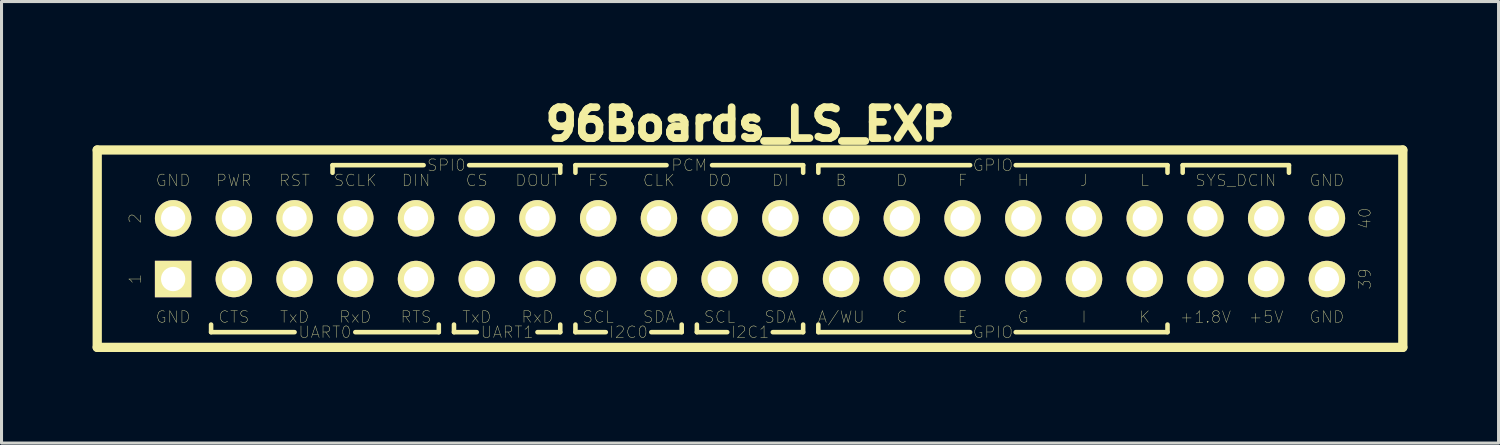
<source format=kicad_pcb>
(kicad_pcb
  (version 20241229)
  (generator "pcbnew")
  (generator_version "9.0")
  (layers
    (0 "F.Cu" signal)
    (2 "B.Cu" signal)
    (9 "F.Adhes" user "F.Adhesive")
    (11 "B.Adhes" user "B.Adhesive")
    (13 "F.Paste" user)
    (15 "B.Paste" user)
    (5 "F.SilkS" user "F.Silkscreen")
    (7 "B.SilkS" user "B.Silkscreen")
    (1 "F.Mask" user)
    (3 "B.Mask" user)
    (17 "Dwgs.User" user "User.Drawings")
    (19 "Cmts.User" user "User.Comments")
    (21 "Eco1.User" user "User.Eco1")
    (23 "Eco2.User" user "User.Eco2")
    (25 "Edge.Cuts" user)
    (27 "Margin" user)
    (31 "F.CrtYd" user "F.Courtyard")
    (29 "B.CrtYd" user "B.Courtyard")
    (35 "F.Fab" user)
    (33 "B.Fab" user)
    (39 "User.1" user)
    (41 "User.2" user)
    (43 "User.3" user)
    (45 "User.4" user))
  (footprint "96Boards_LS_EXP"
    (layer "F.Cu")
    (at 21.652 5.14)
    (property "Reference" "96Boards_LS_EXP" (at 0 -4.1 0) (layer "F.SilkS") (effects (font (size 1.016 1.016) (thickness 0.254))))
    (attr through_hole)
    (fp_line (start -21.5 -3.25) (end -21.5 3.25) (stroke (width 0.305) (type solid)) (layer "F.SilkS"))
    (fp_line (start -21.5 -3.25) (end 21.5 -3.25) (stroke (width 0.305) (type solid)) (layer "F.SilkS"))
    (fp_line (start -17.75 2.75) (end -17.75 2.5) (stroke (width 0.15) (type solid)) (layer "F.SilkS"))
    (fp_line (start -15 2.75) (end -17.75 2.75) (stroke (width 0.15) (type solid)) (layer "F.SilkS"))
    (fp_line (start -13.75 -2.75) (end -13.75 -2.5) (stroke (width 0.15) (type solid)) (layer "F.SilkS"))
    (fp_line (start -13 2.75) (end -10.25 2.75) (stroke (width 0.15) (type solid)) (layer "F.SilkS"))
    (fp_line (start -10.75 -2.75) (end -13.75 -2.75) (stroke (width 0.15) (type solid)) (layer "F.SilkS"))
    (fp_line (start -10.25 2.75) (end -10.25 2.5) (stroke (width 0.15) (type solid)) (layer "F.SilkS"))
    (fp_line (start -9.75 2.75) (end -9.75 2.5) (stroke (width 0.15) (type solid)) (layer "F.SilkS"))
    (fp_line (start -9.75 2.75) (end -9 2.75) (stroke (width 0.15) (type solid)) (layer "F.SilkS"))
    (fp_line (start -9.25 -2.75) (end -6.25 -2.75) (stroke (width 0.15) (type solid)) (layer "F.SilkS"))
    (fp_line (start -6.25 -2.75) (end -6.25 -2.5) (stroke (width 0.15) (type solid)) (layer "F.SilkS"))
    (fp_line (start -6.25 2.75) (end -7 2.75) (stroke (width 0.15) (type solid)) (layer "F.SilkS"))
    (fp_line (start -6.25 2.75) (end -6.25 2.5) (stroke (width 0.15) (type solid)) (layer "F.SilkS"))
    (fp_line (start -5.75 -2.75) (end -5.75 -2.5) (stroke (width 0.15) (type solid)) (layer "F.SilkS"))
    (fp_line (start -5.75 2.75) (end -5.75 2.5) (stroke (width 0.15) (type solid)) (layer "F.SilkS"))
    (fp_line (start -4.75 2.75) (end -5.75 2.75) (stroke (width 0.15) (type solid)) (layer "F.SilkS"))
    (fp_line (start -3.25 2.75) (end -2.25 2.75) (stroke (width 0.15) (type solid)) (layer "F.SilkS"))
    (fp_line (start -2.75 -2.75) (end -5.75 -2.75) (stroke (width 0.15) (type solid)) (layer "F.SilkS"))
    (fp_line (start -2.25 2.75) (end -2.25 2.5) (stroke (width 0.15) (type solid)) (layer "F.SilkS"))
    (fp_line (start -1.75 2.75) (end -1.75 2.5) (stroke (width 0.15) (type solid)) (layer "F.SilkS"))
    (fp_line (start -1.25 -2.75) (end 1.75 -2.75) (stroke (width 0.15) (type solid)) (layer "F.SilkS"))
    (fp_line (start -0.75 2.75) (end -1.75 2.75) (stroke (width 0.15) (type solid)) (layer "F.SilkS"))
    (fp_line (start 0.75 2.75) (end 1.75 2.75) (stroke (width 0.15) (type solid)) (layer "F.SilkS"))
    (fp_line (start 1.75 -2.75) (end 1.75 -2.5) (stroke (width 0.15) (type solid)) (layer "F.SilkS"))
    (fp_line (start 1.75 2.75) (end 1.75 2.5) (stroke (width 0.15) (type solid)) (layer "F.SilkS"))
    (fp_line (start 2.25 -2.5) (end 2.25 -2.75) (stroke (width 0.15) (type solid)) (layer "F.SilkS"))
    (fp_line (start 2.25 2.75) (end 2.25 2.5) (stroke (width 0.15) (type solid)) (layer "F.SilkS"))
    (fp_line (start 7.25 -2.75) (end 2.25 -2.75) (stroke (width 0.15) (type solid)) (layer "F.SilkS"))
    (fp_line (start 7.25 2.75) (end 2.25 2.75) (stroke (width 0.15) (type solid)) (layer "F.SilkS"))
    (fp_line (start 8.75 -2.75) (end 13.75 -2.75) (stroke (width 0.15) (type solid)) (layer "F.SilkS"))
    (fp_line (start 8.75 2.75) (end 13.75 2.75) (stroke (width 0.15) (type solid)) (layer "F.SilkS"))
    (fp_line (start 13.75 -2.5) (end 13.75 -2.75) (stroke (width 0.15) (type solid)) (layer "F.SilkS"))
    (fp_line (start 13.75 2.75) (end 13.75 2.5) (stroke (width 0.15) (type solid)) (layer "F.SilkS"))
    (fp_line (start 14.25 -2.75) (end 17.75 -2.75) (stroke (width 0.15) (type solid)) (layer "F.SilkS"))
    (fp_line (start 14.25 -2.5) (end 14.25 -2.75) (stroke (width 0.15) (type solid)) (layer "F.SilkS"))
    (fp_line (start 17.75 -2.75) (end 17.75 -2.5) (stroke (width 0.15) (type solid)) (layer "F.SilkS"))
    (fp_line (start 21.5 -3.25) (end 21.5 3.25) (stroke (width 0.305) (type solid)) (layer "F.SilkS"))
    (fp_line (start 21.5 3.25) (end -21.5 3.25) (stroke (width 0.305) (type solid)) (layer "F.SilkS"))
    (fp_text user "DI" (at 1 -2.25 0) (layer "F.SilkS") (effects (font (size 0.381 0.381) (thickness 0.013))))
    (fp_text user "L" (at 13 -2.25 0) (layer "F.SilkS") (effects (font (size 0.381 0.381) (thickness 0.013))))
    (fp_text user "CS" (at -9 -2.25 0) (layer "F.SilkS") (effects (font (size 0.381 0.381) (thickness 0.013))))
    (fp_text user "SCL" (at -5 2.25 0) (layer "F.SilkS") (effects (font (size 0.381 0.381) (thickness 0.013))))
    (fp_text user "I" (at 11 2.25 0) (layer "F.SilkS") (effects (font (size 0.381 0.381) (thickness 0.013))))
    (fp_text user "40" (at 20.25 -1 90) (layer "F.SilkS") (effects (font (size 0.381 0.381) (thickness 0.013))))
    (fp_text user "K" (at 13 2.25 0) (layer "F.SilkS") (effects (font (size 0.381 0.381) (thickness 0.013))))
    (fp_text user "RxD" (at -13 2.25 0) (layer "F.SilkS") (effects (font (size 0.381 0.381) (thickness 0.013))))
    (fp_text user "RTS" (at -11 2.25 0) (layer "F.SilkS") (effects (font (size 0.381 0.381) (thickness 0.013))))
    (fp_text user "E" (at 7 2.25 0) (layer "F.SilkS") (effects (font (size 0.381 0.381) (thickness 0.013))))
    (fp_text user "D" (at 5 -2.25 0) (layer "F.SilkS") (effects (font (size 0.381 0.381) (thickness 0.013))))
    (fp_text user "CTS" (at -17 2.25 0) (layer "F.SilkS") (effects (font (size 0.381 0.381) (thickness 0.013))))
    (fp_text user "RST" (at -15 -2.25 0) (layer "F.SilkS") (effects (font (size 0.381 0.381) (thickness 0.013))))
    (fp_text user "SPI0" (at -10 -2.75 0) (layer "F.SilkS") (effects (font (size 0.381 0.381) (thickness 0.013))))
    (fp_text user "FS" (at -5 -2.25 0) (layer "F.SilkS") (effects (font (size 0.381 0.381) (thickness 0.013))))
    (fp_text user "SCL" (at -1 2.25 0) (layer "F.SilkS") (effects (font (size 0.381 0.381) (thickness 0.013))))
    (fp_text user "F" (at 7 -2.25 0) (layer "F.SilkS") (effects (font (size 0.381 0.381) (thickness 0.013))))
    (fp_text user "GPIO" (at 8 -2.75 0) (layer "F.SilkS") (effects (font (size 0.381 0.381) (thickness 0.013))))
    (fp_text user "TxD" (at -9 2.25 0) (layer "F.SilkS") (effects (font (size 0.381 0.381) (thickness 0.013))))
    (fp_text user "C" (at 5 2.25 0) (layer "F.SilkS") (effects (font (size 0.381 0.381) (thickness 0.013))))
    (fp_text user "I2C0" (at -4 2.75 0) (layer "F.SilkS") (effects (font (size 0.381 0.381) (thickness 0.013))))
    (fp_text user "GND" (at -19 2.25 0) (layer "F.SilkS") (effects (font (size 0.381 0.381) (thickness 0.013))))
    (fp_text user "DIN" (at -11 -2.25 0) (layer "F.SilkS") (effects (font (size 0.381 0.381) (thickness 0.013))))
    (fp_text user "RxD" (at -7 2.25 0) (layer "F.SilkS") (effects (font (size 0.381 0.381) (thickness 0.013))))
    (fp_text user "UART0" (at -14 2.75 0) (layer "F.SilkS") (effects (font (size 0.381 0.381) (thickness 0.013))))
    (fp_text user "PCM" (at -2 -2.75 0) (layer "F.SilkS") (effects (font (size 0.381 0.381) (thickness 0.013))))
    (fp_text user "A/WU" (at 3 2.25 0) (layer "F.SilkS") (effects (font (size 0.381 0.381) (thickness 0.013))))
    (fp_text user "39" (at 20.25 1 90) (layer "F.SilkS") (effects (font (size 0.381 0.381) (thickness 0.013))))
    (fp_text user "GND" (at 19 2.25 0) (layer "F.SilkS") (effects (font (size 0.381 0.381) (thickness 0.013))))
    (fp_text user "GND" (at -19 -2.25 0) (layer "F.SilkS") (effects (font (size 0.381 0.381) (thickness 0.013))))
    (fp_text user "1" (at -20.25 1 90) (layer "F.SilkS") (effects (font (size 0.381 0.381) (thickness 0.013))))
    (fp_text user "SDA" (at -3 2.25 0) (layer "F.SilkS") (effects (font (size 0.381 0.381) (thickness 0.013))))
    (fp_text user "CLK" (at -3 -2.25 0) (layer "F.SilkS") (effects (font (size 0.381 0.381) (thickness 0.013))))
    (fp_text user "DO" (at -1 -2.25 0) (layer "F.SilkS") (effects (font (size 0.381 0.381) (thickness 0.013))))
    (fp_text user "TxD" (at -15 2.25 0) (layer "F.SilkS") (effects (font (size 0.381 0.381) (thickness 0.013))))
    (fp_text user "+1.8V" (at 15 2.25 0) (layer "F.SilkS") (effects (font (size 0.381 0.381) (thickness 0.013))))
    (fp_text user "B" (at 3 -2.25 0) (layer "F.SilkS") (effects (font (size 0.381 0.381) (thickness 0.013))))
    (fp_text user "G" (at 9 2.25 0) (layer "F.SilkS") (effects (font (size 0.381 0.381) (thickness 0.013))))
    (fp_text user "SCLK" (at -13 -2.25 0) (layer "F.SilkS") (effects (font (size 0.381 0.381) (thickness 0.013))))
    (fp_text user "PWR" (at -17 -2.25 0) (layer "F.SilkS") (effects (font (size 0.381 0.381) (thickness 0.013))))
    (fp_text user "DOUT" (at -7 -2.25 0) (layer "F.SilkS") (effects (font (size 0.381 0.381) (thickness 0.013))))
    (fp_text user "+5V" (at 17 2.25 0) (layer "F.SilkS") (effects (font (size 0.381 0.381) (thickness 0.013))))
    (fp_text user "2" (at -20.25 -1 90) (layer "F.SilkS") (effects (font (size 0.381 0.381) (thickness 0.013))))
    (fp_text user "SDA" (at 1 2.25 0) (layer "F.SilkS") (effects (font (size 0.381 0.381) (thickness 0.013))))
    (fp_text user "J" (at 11 -2.25 0) (layer "F.SilkS") (effects (font (size 0.381 0.381) (thickness 0.013))))
    (fp_text user "I2C1" (at 0 2.75 0) (layer "F.SilkS") (effects (font (size 0.381 0.381) (thickness 0.013))))
    (fp_text user "H" (at 9 -2.25 0) (layer "F.SilkS") (effects (font (size 0.381 0.381) (thickness 0.013))))
    (fp_text user "GND" (at 19 -2.25 0) (layer "F.SilkS") (effects (font (size 0.381 0.381) (thickness 0.013))))
    (fp_text user "UART1" (at -8 2.75 0) (layer "F.SilkS") (effects (font (size 0.381 0.381) (thickness 0.013))))
    (fp_text user "SYS_DCIN" (at 16 -2.25 0) (layer "F.SilkS") (effects (font (size 0.381 0.381) (thickness 0.013))))
    (fp_text user "GPIO" (at 8 2.75 0) (layer "F.SilkS") (effects (font (size 0.381 0.381) (thickness 0.013))))
    (pad "1" thru_hole rect (at -19 1) (size 1.2 1.2) (drill 0.8) (layers "*.Cu" "*.Mask" "F.SilkS"))
    (pad "2" thru_hole circle (at -19 -1) (size 1.2 1.2) (drill 0.8) (layers "*.Cu" "*.Mask" "F.SilkS"))
    (pad "3" thru_hole circle (at -17 1) (size 1.2 1.2) (drill 0.8) (layers "*.Cu" "*.Mask" "F.SilkS"))
    (pad "4" thru_hole circle (at -17 -1) (size 1.2 1.2) (drill 0.8) (layers "*.Cu" "*.Mask" "F.SilkS"))
    (pad "5" thru_hole circle (at -15 1) (size 1.2 1.2) (drill 0.8) (layers "*.Cu" "*.Mask" "F.SilkS"))
    (pad "6" thru_hole circle (at -15 -1) (size 1.2 1.2) (drill 0.8) (layers "*.Cu" "*.Mask" "F.SilkS"))
    (pad "7" thru_hole circle (at -13 1) (size 1.2 1.2) (drill 0.8) (layers "*.Cu" "*.Mask" "F.SilkS"))
    (pad "8" thru_hole circle (at -13 -1) (size 1.2 1.2) (drill 0.8) (layers "*.Cu" "*.Mask" "F.SilkS"))
    (pad "9" thru_hole circle (at -11 1) (size 1.2 1.2) (drill 0.8) (layers "*.Cu" "*.Mask" "F.SilkS"))
    (pad "10" thru_hole circle (at -11 -1) (size 1.2 1.2) (drill 0.8) (layers "*.Cu" "*.Mask" "F.SilkS"))
    (pad "11" thru_hole circle (at -9 1) (size 1.2 1.2) (drill 0.8) (layers "*.Cu" "*.Mask" "F.SilkS"))
    (pad "12" thru_hole circle (at -9 -1) (size 1.2 1.2) (drill 0.8) (layers "*.Cu" "*.Mask" "F.SilkS"))
    (pad "13" thru_hole circle (at -7 1) (size 1.2 1.2) (drill 0.8) (layers "*.Cu" "*.Mask" "F.SilkS"))
    (pad "14" thru_hole circle (at -7 -1) (size 1.2 1.2) (drill 0.8) (layers "*.Cu" "*.Mask" "F.SilkS"))
    (pad "15" thru_hole circle (at -5 1) (size 1.2 1.2) (drill 0.8) (layers "*.Cu" "*.Mask" "F.SilkS"))
    (pad "16" thru_hole circle (at -5 -1) (size 1.2 1.2) (drill 0.8) (layers "*.Cu" "*.Mask" "F.SilkS"))
    (pad "17" thru_hole circle (at -3 1) (size 1.2 1.2) (drill 0.8) (layers "*.Cu" "*.Mask" "F.SilkS"))
    (pad "18" thru_hole circle (at -3 -1) (size 1.2 1.2) (drill 0.8) (layers "*.Cu" "*.Mask" "F.SilkS"))
    (pad "19" thru_hole circle (at -1 1) (size 1.2 1.2) (drill 0.8) (layers "*.Cu" "*.Mask" "F.SilkS"))
    (pad "20" thru_hole circle (at -1 -1) (size 1.2 1.2) (drill 0.8) (layers "*.Cu" "*.Mask" "F.SilkS"))
    (pad "21" thru_hole circle (at 1 1) (size 1.2 1.2) (drill 0.8) (layers "*.Cu" "*.Mask" "F.SilkS"))
    (pad "22" thru_hole circle (at 1 -1) (size 1.2 1.2) (drill 0.8) (layers "*.Cu" "*.Mask" "F.SilkS"))
    (pad "23" thru_hole circle (at 3 1) (size 1.2 1.2) (drill 0.8) (layers "*.Cu" "*.Mask" "F.SilkS"))
    (pad "24" thru_hole circle (at 3 -1) (size 1.2 1.2) (drill 0.8) (layers "*.Cu" "*.Mask" "F.SilkS"))
    (pad "25" thru_hole circle (at 5 1) (size 1.2 1.2) (drill 0.8) (layers "*.Cu" "*.Mask" "F.SilkS"))
    (pad "26" thru_hole circle (at 5 -1) (size 1.2 1.2) (drill 0.8) (layers "*.Cu" "*.Mask" "F.SilkS"))
    (pad "27" thru_hole circle (at 7 1) (size 1.2 1.2) (drill 0.8) (layers "*.Cu" "*.Mask" "F.SilkS"))
    (pad "28" thru_hole circle (at 7 -1) (size 1.2 1.2) (drill 0.8) (layers "*.Cu" "*.Mask" "F.SilkS"))
    (pad "29" thru_hole circle (at 9 1) (size 1.2 1.2) (drill 0.8) (layers "*.Cu" "*.Mask" "F.SilkS"))
    (pad "30" thru_hole circle (at 9 -1) (size 1.2 1.2) (drill 0.8) (layers "*.Cu" "*.Mask" "F.SilkS"))
    (pad "31" thru_hole circle (at 11 1) (size 1.2 1.2) (drill 0.8) (layers "*.Cu" "*.Mask" "F.SilkS"))
    (pad "32" thru_hole circle (at 11 -1) (size 1.2 1.2) (drill 0.8) (layers "*.Cu" "*.Mask" "F.SilkS"))
    (pad "33" thru_hole circle (at 13 1) (size 1.2 1.2) (drill 0.8) (layers "*.Cu" "*.Mask" "F.SilkS"))
    (pad "34" thru_hole circle (at 13 -1) (size 1.2 1.2) (drill 0.8) (layers "*.Cu" "*.Mask" "F.SilkS"))
    (pad "35" thru_hole circle (at 15 1) (size 1.2 1.2) (drill 0.8) (layers "*.Cu" "*.Mask" "F.SilkS"))
    (pad "36" thru_hole circle (at 15 -1) (size 1.2 1.2) (drill 0.8) (layers "*.Cu" "*.Mask" "F.SilkS"))
    (pad "37" thru_hole circle (at 17 1) (size 1.2 1.2) (drill 0.8) (layers "*.Cu" "*.Mask" "F.SilkS"))
    (pad "38" thru_hole circle (at 17 -1) (size 1.2 1.2) (drill 0.8) (layers "*.Cu" "*.Mask" "F.SilkS"))
    (pad "39" thru_hole circle (at 19 1) (size 1.2 1.2) (drill 0.8) (layers "*.Cu" "*.Mask" "F.SilkS"))
    (pad "40" thru_hole circle (at 19 -1) (size 1.2 1.2) (drill 0.8) (layers "*.Cu" "*.Mask" "F.SilkS")))
  (gr_rect
    (start -3 -3)
    (end 46.305 11.543)
    (stroke (width 0.1) (type default))
    (fill no)
    (layer "Edge.Cuts")))
</source>
